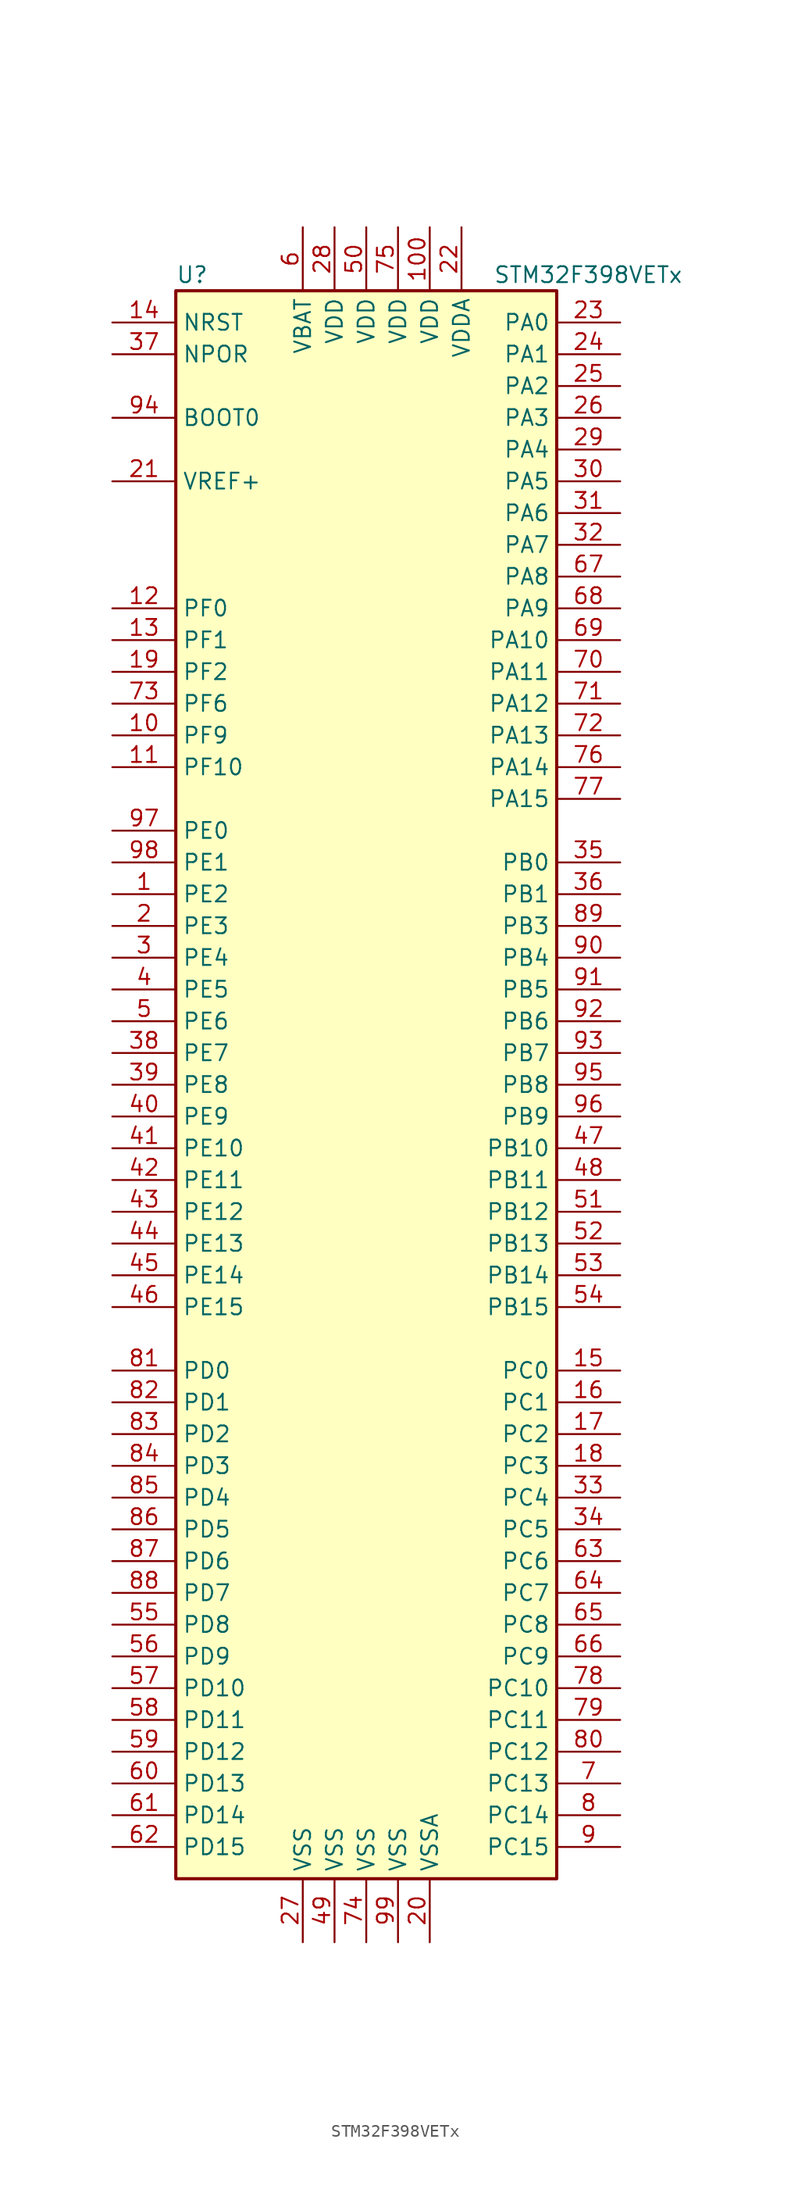
<source format=kicad_sym>
(kicad_symbol_lib
  (version 20201005)
  (generator kicad_symbol_editor)
  (symbol "STM32F398VETx"
    (property "Reference" "U"
      (at -15.24 64.77 0)
      (effects (font (size 1.27 1.27)) (justify left)))
    (property "Value" "STM32F398VETx"
      (at 10.16 64.77 0)
      (effects (font (size 1.27 1.27)) (justify left)))
    (symbol "STM32F398VETx_0_1"
      (rectangle (start -15.24 -63.5) (end 15.24 63.5) (stroke (width 0.254)) (fill (type background))))
    (symbol "STM32F398VETx_1_1"
      (pin input line (at -20.32 53.34 0) (length 5.08) (name "BOOT0" (effects (font (size 1.27 1.27)))) (number "94" (effects (font (size 1.27 1.27)))))
      (pin input line (at -20.32 58.42 0) (length 5.08) (name "NPOR" (effects (font (size 1.27 1.27)))) (number "37" (effects (font (size 1.27 1.27)))))
      (pin input line (at -20.32 60.96 0) (length 5.08) (name "NRST" (effects (font (size 1.27 1.27)))) (number "14" (effects (font (size 1.27 1.27)))))
      (pin bidirectional line (at 20.32 60.96 180) (length 5.08) (name "PA0" (effects (font (size 1.27 1.27)))) (number "23" (effects (font (size 1.27 1.27)))))
      (pin bidirectional line (at 20.32 58.42 180) (length 5.08) (name "PA1" (effects (font (size 1.27 1.27)))) (number "24" (effects (font (size 1.27 1.27)))))
      (pin bidirectional line (at 20.32 35.56 180) (length 5.08) (name "PA10" (effects (font (size 1.27 1.27)))) (number "69" (effects (font (size 1.27 1.27)))))
      (pin bidirectional line (at 20.32 33.02 180) (length 5.08) (name "PA11" (effects (font (size 1.27 1.27)))) (number "70" (effects (font (size 1.27 1.27)))))
      (pin bidirectional line (at 20.32 30.48 180) (length 5.08) (name "PA12" (effects (font (size 1.27 1.27)))) (number "71" (effects (font (size 1.27 1.27)))))
      (pin bidirectional line (at 20.32 27.94 180) (length 5.08) (name "PA13" (effects (font (size 1.27 1.27)))) (number "72" (effects (font (size 1.27 1.27)))))
      (pin bidirectional line (at 20.32 25.4 180) (length 5.08) (name "PA14" (effects (font (size 1.27 1.27)))) (number "76" (effects (font (size 1.27 1.27)))))
      (pin bidirectional line (at 20.32 22.86 180) (length 5.08) (name "PA15" (effects (font (size 1.27 1.27)))) (number "77" (effects (font (size 1.27 1.27)))))
      (pin bidirectional line (at 20.32 55.88 180) (length 5.08) (name "PA2" (effects (font (size 1.27 1.27)))) (number "25" (effects (font (size 1.27 1.27)))))
      (pin bidirectional line (at 20.32 53.34 180) (length 5.08) (name "PA3" (effects (font (size 1.27 1.27)))) (number "26" (effects (font (size 1.27 1.27)))))
      (pin bidirectional line (at 20.32 50.8 180) (length 5.08) (name "PA4" (effects (font (size 1.27 1.27)))) (number "29" (effects (font (size 1.27 1.27)))))
      (pin bidirectional line (at 20.32 48.26 180) (length 5.08) (name "PA5" (effects (font (size 1.27 1.27)))) (number "30" (effects (font (size 1.27 1.27)))))
      (pin bidirectional line (at 20.32 45.72 180) (length 5.08) (name "PA6" (effects (font (size 1.27 1.27)))) (number "31" (effects (font (size 1.27 1.27)))))
      (pin bidirectional line (at 20.32 43.18 180) (length 5.08) (name "PA7" (effects (font (size 1.27 1.27)))) (number "32" (effects (font (size 1.27 1.27)))))
      (pin bidirectional line (at 20.32 40.64 180) (length 5.08) (name "PA8" (effects (font (size 1.27 1.27)))) (number "67" (effects (font (size 1.27 1.27)))))
      (pin bidirectional line (at 20.32 38.1 180) (length 5.08) (name "PA9" (effects (font (size 1.27 1.27)))) (number "68" (effects (font (size 1.27 1.27)))))
      (pin bidirectional line (at 20.32 17.78 180) (length 5.08) (name "PB0" (effects (font (size 1.27 1.27)))) (number "35" (effects (font (size 1.27 1.27)))))
      (pin bidirectional line (at 20.32 15.24 180) (length 5.08) (name "PB1" (effects (font (size 1.27 1.27)))) (number "36" (effects (font (size 1.27 1.27)))))
      (pin bidirectional line (at 20.32 -5.08 180) (length 5.08) (name "PB10" (effects (font (size 1.27 1.27)))) (number "47" (effects (font (size 1.27 1.27)))))
      (pin bidirectional line (at 20.32 -7.62 180) (length 5.08) (name "PB11" (effects (font (size 1.27 1.27)))) (number "48" (effects (font (size 1.27 1.27)))))
      (pin bidirectional line (at 20.32 -10.16 180) (length 5.08) (name "PB12" (effects (font (size 1.27 1.27)))) (number "51" (effects (font (size 1.27 1.27)))))
      (pin bidirectional line (at 20.32 -12.7 180) (length 5.08) (name "PB13" (effects (font (size 1.27 1.27)))) (number "52" (effects (font (size 1.27 1.27)))))
      (pin bidirectional line (at 20.32 -15.24 180) (length 5.08) (name "PB14" (effects (font (size 1.27 1.27)))) (number "53" (effects (font (size 1.27 1.27)))))
      (pin bidirectional line (at 20.32 -17.78 180) (length 5.08) (name "PB15" (effects (font (size 1.27 1.27)))) (number "54" (effects (font (size 1.27 1.27)))))
      (pin bidirectional line (at 20.32 12.7 180) (length 5.08) (name "PB3" (effects (font (size 1.27 1.27)))) (number "89" (effects (font (size 1.27 1.27)))))
      (pin bidirectional line (at 20.32 10.16 180) (length 5.08) (name "PB4" (effects (font (size 1.27 1.27)))) (number "90" (effects (font (size 1.27 1.27)))))
      (pin bidirectional line (at 20.32 7.62 180) (length 5.08) (name "PB5" (effects (font (size 1.27 1.27)))) (number "91" (effects (font (size 1.27 1.27)))))
      (pin bidirectional line (at 20.32 5.08 180) (length 5.08) (name "PB6" (effects (font (size 1.27 1.27)))) (number "92" (effects (font (size 1.27 1.27)))))
      (pin bidirectional line (at 20.32 2.54 180) (length 5.08) (name "PB7" (effects (font (size 1.27 1.27)))) (number "93" (effects (font (size 1.27 1.27)))))
      (pin bidirectional line (at 20.32 0 180) (length 5.08) (name "PB8" (effects (font (size 1.27 1.27)))) (number "95" (effects (font (size 1.27 1.27)))))
      (pin bidirectional line (at 20.32 -2.54 180) (length 5.08) (name "PB9" (effects (font (size 1.27 1.27)))) (number "96" (effects (font (size 1.27 1.27)))))
      (pin bidirectional line (at 20.32 -22.86 180) (length 5.08) (name "PC0" (effects (font (size 1.27 1.27)))) (number "15" (effects (font (size 1.27 1.27)))))
      (pin bidirectional line (at 20.32 -25.4 180) (length 5.08) (name "PC1" (effects (font (size 1.27 1.27)))) (number "16" (effects (font (size 1.27 1.27)))))
      (pin bidirectional line (at 20.32 -48.26 180) (length 5.08) (name "PC10" (effects (font (size 1.27 1.27)))) (number "78" (effects (font (size 1.27 1.27)))))
      (pin bidirectional line (at 20.32 -50.8 180) (length 5.08) (name "PC11" (effects (font (size 1.27 1.27)))) (number "79" (effects (font (size 1.27 1.27)))))
      (pin bidirectional line (at 20.32 -53.34 180) (length 5.08) (name "PC12" (effects (font (size 1.27 1.27)))) (number "80" (effects (font (size 1.27 1.27)))))
      (pin bidirectional line (at 20.32 -55.88 180) (length 5.08) (name "PC13" (effects (font (size 1.27 1.27)))) (number "7" (effects (font (size 1.27 1.27)))))
      (pin bidirectional line (at 20.32 -58.42 180) (length 5.08) (name "PC14" (effects (font (size 1.27 1.27)))) (number "8" (effects (font (size 1.27 1.27)))))
      (pin bidirectional line (at 20.32 -60.96 180) (length 5.08) (name "PC15" (effects (font (size 1.27 1.27)))) (number "9" (effects (font (size 1.27 1.27)))))
      (pin bidirectional line (at 20.32 -27.94 180) (length 5.08) (name "PC2" (effects (font (size 1.27 1.27)))) (number "17" (effects (font (size 1.27 1.27)))))
      (pin bidirectional line (at 20.32 -30.48 180) (length 5.08) (name "PC3" (effects (font (size 1.27 1.27)))) (number "18" (effects (font (size 1.27 1.27)))))
      (pin bidirectional line (at 20.32 -33.02 180) (length 5.08) (name "PC4" (effects (font (size 1.27 1.27)))) (number "33" (effects (font (size 1.27 1.27)))))
      (pin bidirectional line (at 20.32 -35.56 180) (length 5.08) (name "PC5" (effects (font (size 1.27 1.27)))) (number "34" (effects (font (size 1.27 1.27)))))
      (pin bidirectional line (at 20.32 -38.1 180) (length 5.08) (name "PC6" (effects (font (size 1.27 1.27)))) (number "63" (effects (font (size 1.27 1.27)))))
      (pin bidirectional line (at 20.32 -40.64 180) (length 5.08) (name "PC7" (effects (font (size 1.27 1.27)))) (number "64" (effects (font (size 1.27 1.27)))))
      (pin bidirectional line (at 20.32 -43.18 180) (length 5.08) (name "PC8" (effects (font (size 1.27 1.27)))) (number "65" (effects (font (size 1.27 1.27)))))
      (pin bidirectional line (at 20.32 -45.72 180) (length 5.08) (name "PC9" (effects (font (size 1.27 1.27)))) (number "66" (effects (font (size 1.27 1.27)))))
      (pin bidirectional line (at -20.32 -22.86 0) (length 5.08) (name "PD0" (effects (font (size 1.27 1.27)))) (number "81" (effects (font (size 1.27 1.27)))))
      (pin bidirectional line (at -20.32 -25.4 0) (length 5.08) (name "PD1" (effects (font (size 1.27 1.27)))) (number "82" (effects (font (size 1.27 1.27)))))
      (pin bidirectional line (at -20.32 -48.26 0) (length 5.08) (name "PD10" (effects (font (size 1.27 1.27)))) (number "57" (effects (font (size 1.27 1.27)))))
      (pin bidirectional line (at -20.32 -50.8 0) (length 5.08) (name "PD11" (effects (font (size 1.27 1.27)))) (number "58" (effects (font (size 1.27 1.27)))))
      (pin bidirectional line (at -20.32 -53.34 0) (length 5.08) (name "PD12" (effects (font (size 1.27 1.27)))) (number "59" (effects (font (size 1.27 1.27)))))
      (pin bidirectional line (at -20.32 -55.88 0) (length 5.08) (name "PD13" (effects (font (size 1.27 1.27)))) (number "60" (effects (font (size 1.27 1.27)))))
      (pin bidirectional line (at -20.32 -58.42 0) (length 5.08) (name "PD14" (effects (font (size 1.27 1.27)))) (number "61" (effects (font (size 1.27 1.27)))))
      (pin bidirectional line (at -20.32 -60.96 0) (length 5.08) (name "PD15" (effects (font (size 1.27 1.27)))) (number "62" (effects (font (size 1.27 1.27)))))
      (pin bidirectional line (at -20.32 -27.94 0) (length 5.08) (name "PD2" (effects (font (size 1.27 1.27)))) (number "83" (effects (font (size 1.27 1.27)))))
      (pin bidirectional line (at -20.32 -30.48 0) (length 5.08) (name "PD3" (effects (font (size 1.27 1.27)))) (number "84" (effects (font (size 1.27 1.27)))))
      (pin bidirectional line (at -20.32 -33.02 0) (length 5.08) (name "PD4" (effects (font (size 1.27 1.27)))) (number "85" (effects (font (size 1.27 1.27)))))
      (pin bidirectional line (at -20.32 -35.56 0) (length 5.08) (name "PD5" (effects (font (size 1.27 1.27)))) (number "86" (effects (font (size 1.27 1.27)))))
      (pin bidirectional line (at -20.32 -38.1 0) (length 5.08) (name "PD6" (effects (font (size 1.27 1.27)))) (number "87" (effects (font (size 1.27 1.27)))))
      (pin bidirectional line (at -20.32 -40.64 0) (length 5.08) (name "PD7" (effects (font (size 1.27 1.27)))) (number "88" (effects (font (size 1.27 1.27)))))
      (pin bidirectional line (at -20.32 -43.18 0) (length 5.08) (name "PD8" (effects (font (size 1.27 1.27)))) (number "55" (effects (font (size 1.27 1.27)))))
      (pin bidirectional line (at -20.32 -45.72 0) (length 5.08) (name "PD9" (effects (font (size 1.27 1.27)))) (number "56" (effects (font (size 1.27 1.27)))))
      (pin bidirectional line (at -20.32 20.32 0) (length 5.08) (name "PE0" (effects (font (size 1.27 1.27)))) (number "97" (effects (font (size 1.27 1.27)))))
      (pin bidirectional line (at -20.32 17.78 0) (length 5.08) (name "PE1" (effects (font (size 1.27 1.27)))) (number "98" (effects (font (size 1.27 1.27)))))
      (pin bidirectional line (at -20.32 -5.08 0) (length 5.08) (name "PE10" (effects (font (size 1.27 1.27)))) (number "41" (effects (font (size 1.27 1.27)))))
      (pin bidirectional line (at -20.32 -7.62 0) (length 5.08) (name "PE11" (effects (font (size 1.27 1.27)))) (number "42" (effects (font (size 1.27 1.27)))))
      (pin bidirectional line (at -20.32 -10.16 0) (length 5.08) (name "PE12" (effects (font (size 1.27 1.27)))) (number "43" (effects (font (size 1.27 1.27)))))
      (pin bidirectional line (at -20.32 -12.7 0) (length 5.08) (name "PE13" (effects (font (size 1.27 1.27)))) (number "44" (effects (font (size 1.27 1.27)))))
      (pin bidirectional line (at -20.32 -15.24 0) (length 5.08) (name "PE14" (effects (font (size 1.27 1.27)))) (number "45" (effects (font (size 1.27 1.27)))))
      (pin bidirectional line (at -20.32 -17.78 0) (length 5.08) (name "PE15" (effects (font (size 1.27 1.27)))) (number "46" (effects (font (size 1.27 1.27)))))
      (pin bidirectional line (at -20.32 15.24 0) (length 5.08) (name "PE2" (effects (font (size 1.27 1.27)))) (number "1" (effects (font (size 1.27 1.27)))))
      (pin bidirectional line (at -20.32 12.7 0) (length 5.08) (name "PE3" (effects (font (size 1.27 1.27)))) (number "2" (effects (font (size 1.27 1.27)))))
      (pin bidirectional line (at -20.32 10.16 0) (length 5.08) (name "PE4" (effects (font (size 1.27 1.27)))) (number "3" (effects (font (size 1.27 1.27)))))
      (pin bidirectional line (at -20.32 7.62 0) (length 5.08) (name "PE5" (effects (font (size 1.27 1.27)))) (number "4" (effects (font (size 1.27 1.27)))))
      (pin bidirectional line (at -20.32 5.08 0) (length 5.08) (name "PE6" (effects (font (size 1.27 1.27)))) (number "5" (effects (font (size 1.27 1.27)))))
      (pin bidirectional line (at -20.32 2.54 0) (length 5.08) (name "PE7" (effects (font (size 1.27 1.27)))) (number "38" (effects (font (size 1.27 1.27)))))
      (pin bidirectional line (at -20.32 0 0) (length 5.08) (name "PE8" (effects (font (size 1.27 1.27)))) (number "39" (effects (font (size 1.27 1.27)))))
      (pin bidirectional line (at -20.32 -2.54 0) (length 5.08) (name "PE9" (effects (font (size 1.27 1.27)))) (number "40" (effects (font (size 1.27 1.27)))))
      (pin input line (at -20.32 38.1 0) (length 5.08) (name "PF0" (effects (font (size 1.27 1.27)))) (number "12" (effects (font (size 1.27 1.27)))))
      (pin input line (at -20.32 35.56 0) (length 5.08) (name "PF1" (effects (font (size 1.27 1.27)))) (number "13" (effects (font (size 1.27 1.27)))))
      (pin bidirectional line (at -20.32 25.4 0) (length 5.08) (name "PF10" (effects (font (size 1.27 1.27)))) (number "11" (effects (font (size 1.27 1.27)))))
      (pin bidirectional line (at -20.32 33.02 0) (length 5.08) (name "PF2" (effects (font (size 1.27 1.27)))) (number "19" (effects (font (size 1.27 1.27)))))
      (pin bidirectional line (at -20.32 30.48 0) (length 5.08) (name "PF6" (effects (font (size 1.27 1.27)))) (number "73" (effects (font (size 1.27 1.27)))))
      (pin bidirectional line (at -20.32 27.94 0) (length 5.08) (name "PF9" (effects (font (size 1.27 1.27)))) (number "10" (effects (font (size 1.27 1.27)))))
      (pin power_in line (at -5.08 68.58 270) (length 5.08) (name "VBAT" (effects (font (size 1.27 1.27)))) (number "6" (effects (font (size 1.27 1.27)))))
      (pin power_in line (at 5.08 68.58 270) (length 5.08) (name "VDD" (effects (font (size 1.27 1.27)))) (number "100" (effects (font (size 1.27 1.27)))))
      (pin power_in line (at -2.54 68.58 270) (length 5.08) (name "VDD" (effects (font (size 1.27 1.27)))) (number "28" (effects (font (size 1.27 1.27)))))
      (pin power_in line (at 0 68.58 270) (length 5.08) (name "VDD" (effects (font (size 1.27 1.27)))) (number "50" (effects (font (size 1.27 1.27)))))
      (pin power_in line (at 2.54 68.58 270) (length 5.08) (name "VDD" (effects (font (size 1.27 1.27)))) (number "75" (effects (font (size 1.27 1.27)))))
      (pin power_in line (at 7.62 68.58 270) (length 5.08) (name "VDDA" (effects (font (size 1.27 1.27)))) (number "22" (effects (font (size 1.27 1.27)))))
      (pin power_in line (at -20.32 48.26 0) (length 5.08) (name "VREF+" (effects (font (size 1.27 1.27)))) (number "21" (effects (font (size 1.27 1.27)))))
      (pin power_in line (at -5.08 -68.58 90) (length 5.08) (name "VSS" (effects (font (size 1.27 1.27)))) (number "27" (effects (font (size 1.27 1.27)))))
      (pin power_in line (at -2.54 -68.58 90) (length 5.08) (name "VSS" (effects (font (size 1.27 1.27)))) (number "49" (effects (font (size 1.27 1.27)))))
      (pin power_in line (at 0 -68.58 90) (length 5.08) (name "VSS" (effects (font (size 1.27 1.27)))) (number "74" (effects (font (size 1.27 1.27)))))
      (pin power_in line (at 2.54 -68.58 90) (length 5.08) (name "VSS" (effects (font (size 1.27 1.27)))) (number "99" (effects (font (size 1.27 1.27)))))
      (pin power_in line (at 5.08 -68.58 90) (length 5.08) (name "VSSA" (effects (font (size 1.27 1.27)))) (number "20" (effects (font (size 1.27 1.27))))))))
</source>
